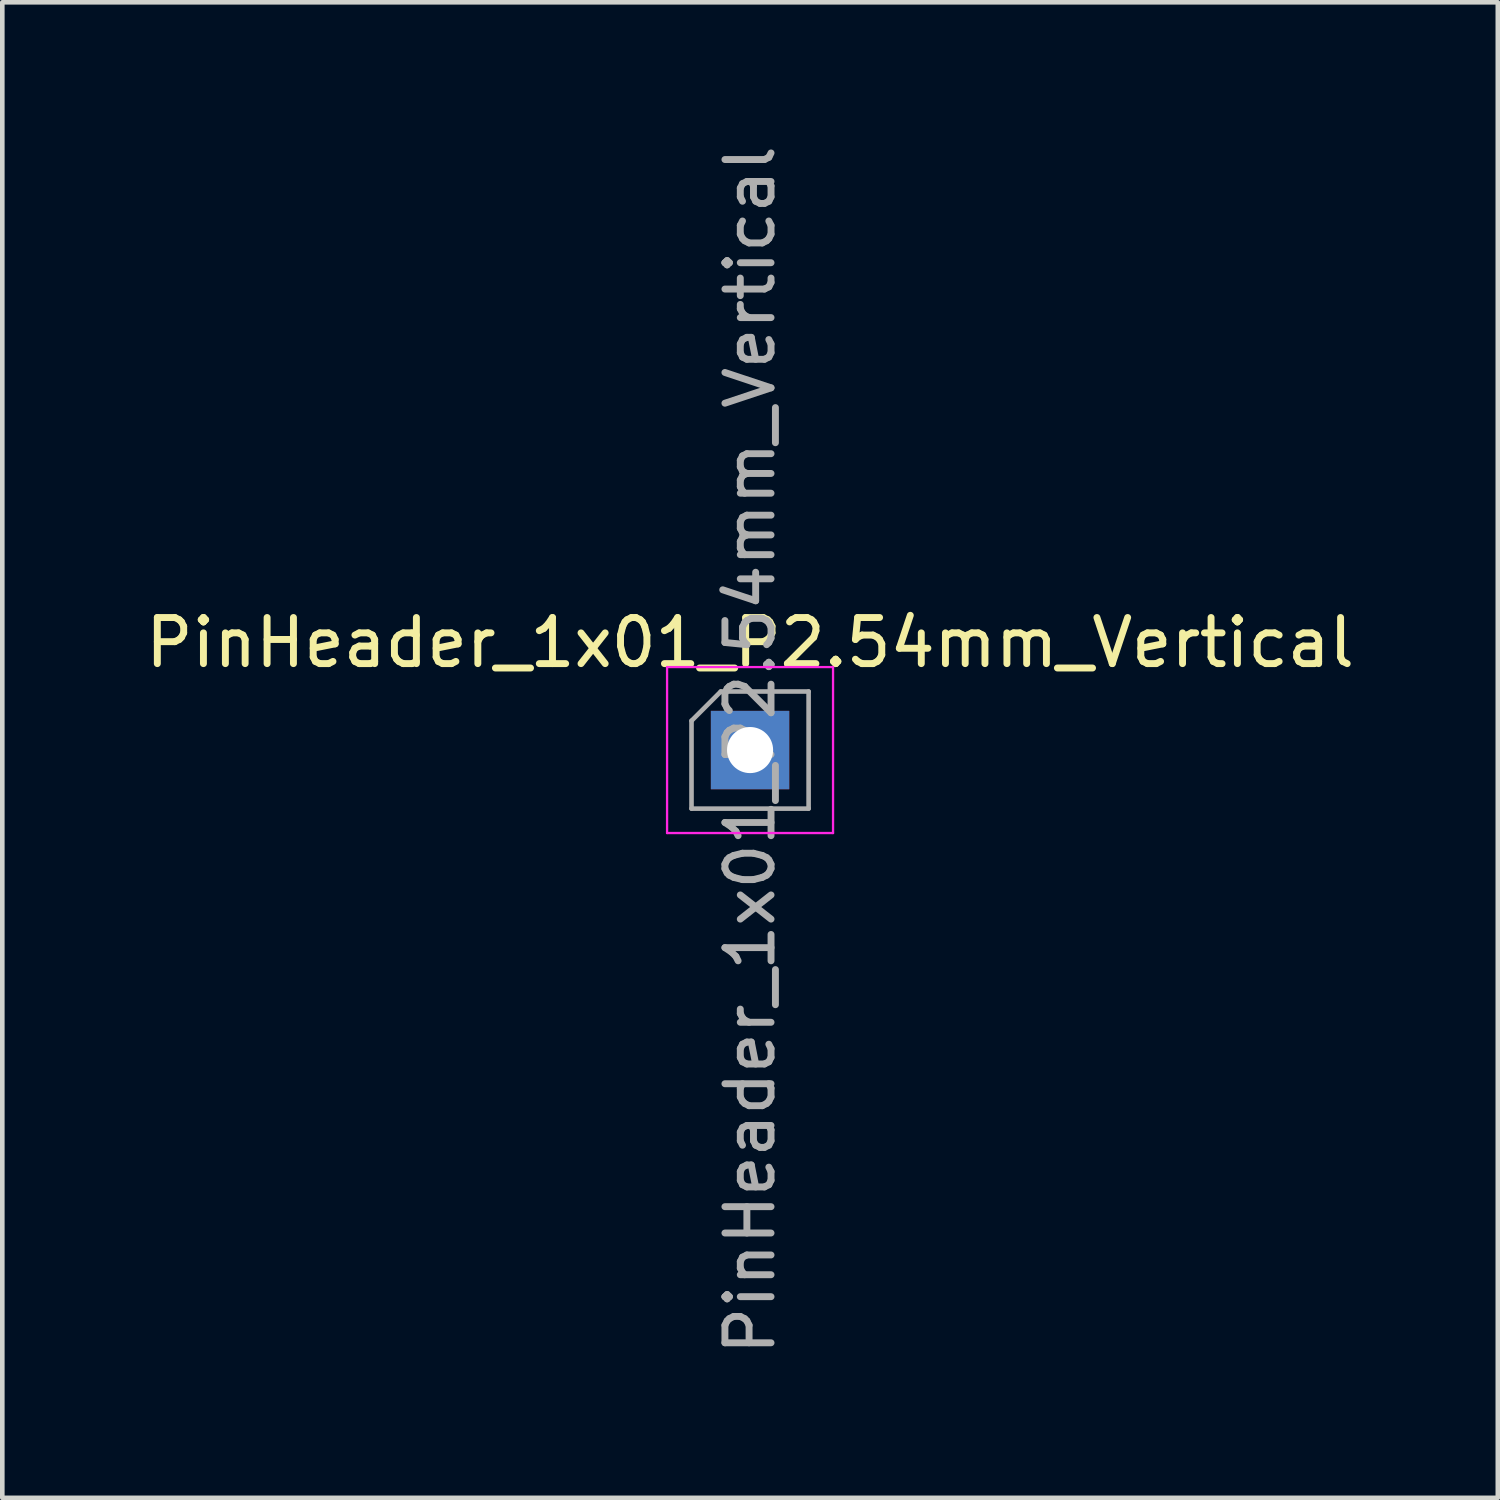
<source format=kicad_pcb>
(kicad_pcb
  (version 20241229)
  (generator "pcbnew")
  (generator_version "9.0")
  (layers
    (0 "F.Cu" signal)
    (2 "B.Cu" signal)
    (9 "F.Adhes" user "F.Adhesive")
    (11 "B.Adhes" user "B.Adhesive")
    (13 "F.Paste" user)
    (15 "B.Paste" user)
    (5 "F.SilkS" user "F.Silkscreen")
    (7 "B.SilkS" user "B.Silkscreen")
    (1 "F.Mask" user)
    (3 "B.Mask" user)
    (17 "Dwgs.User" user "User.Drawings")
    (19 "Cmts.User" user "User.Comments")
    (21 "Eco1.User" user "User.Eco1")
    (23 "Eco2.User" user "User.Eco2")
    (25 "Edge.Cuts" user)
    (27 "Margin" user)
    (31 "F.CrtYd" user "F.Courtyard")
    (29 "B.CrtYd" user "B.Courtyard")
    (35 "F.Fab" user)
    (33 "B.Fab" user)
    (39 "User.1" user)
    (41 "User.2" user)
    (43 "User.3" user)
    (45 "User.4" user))
  (footprint "PinHeader_1x01_P2.54mm_Vertical"
    (layer "F.Cu")
    (at 13.22 13.22)
    (property "Reference" "PinHeader_1x01_P2.54mm_Vertical" (at 0 -2.33 0) (layer "F.SilkS") (effects (font (size 1 1) (thickness 0.15))))
    (attr through_hole)
    (fp_line (start -1.8 -1.8) (end -1.8 1.8) (stroke (width 0.05) (type solid)) (layer "F.CrtYd"))
    (fp_line (start -1.8 1.8) (end 1.8 1.8) (stroke (width 0.05) (type solid)) (layer "F.CrtYd"))
    (fp_line (start 1.8 -1.8) (end -1.8 -1.8) (stroke (width 0.05) (type solid)) (layer "F.CrtYd"))
    (fp_line (start 1.8 1.8) (end 1.8 -1.8) (stroke (width 0.05) (type solid)) (layer "F.CrtYd"))
    (fp_line (start -1.27 -0.635) (end -0.635 -1.27) (stroke (width 0.1) (type solid)) (layer "F.Fab"))
    (fp_line (start -1.27 1.27) (end -1.27 -0.635) (stroke (width 0.1) (type solid)) (layer "F.Fab"))
    (fp_line (start -0.635 -1.27) (end 1.27 -1.27) (stroke (width 0.1) (type solid)) (layer "F.Fab"))
    (fp_line (start 1.27 -1.27) (end 1.27 1.27) (stroke (width 0.1) (type solid)) (layer "F.Fab"))
    (fp_line (start 1.27 1.27) (end -1.27 1.27) (stroke (width 0.1) (type solid)) (layer "F.Fab"))
    (fp_text user "${REFERENCE}" (at 0 0 90) (layer "F.Fab") (effects (font (size 1 1) (thickness 0.15))))
    (pad "1" thru_hole rect (at 0 0) (size 1.7 1.7) (drill 1) (layers "*.Cu" "*.Mask")))
  (gr_rect
    (start -3 -3)
    (end 29.44 29.44)
    (stroke (width 0.1) (type default))
    (fill no)
    (layer "Edge.Cuts")))
</source>
